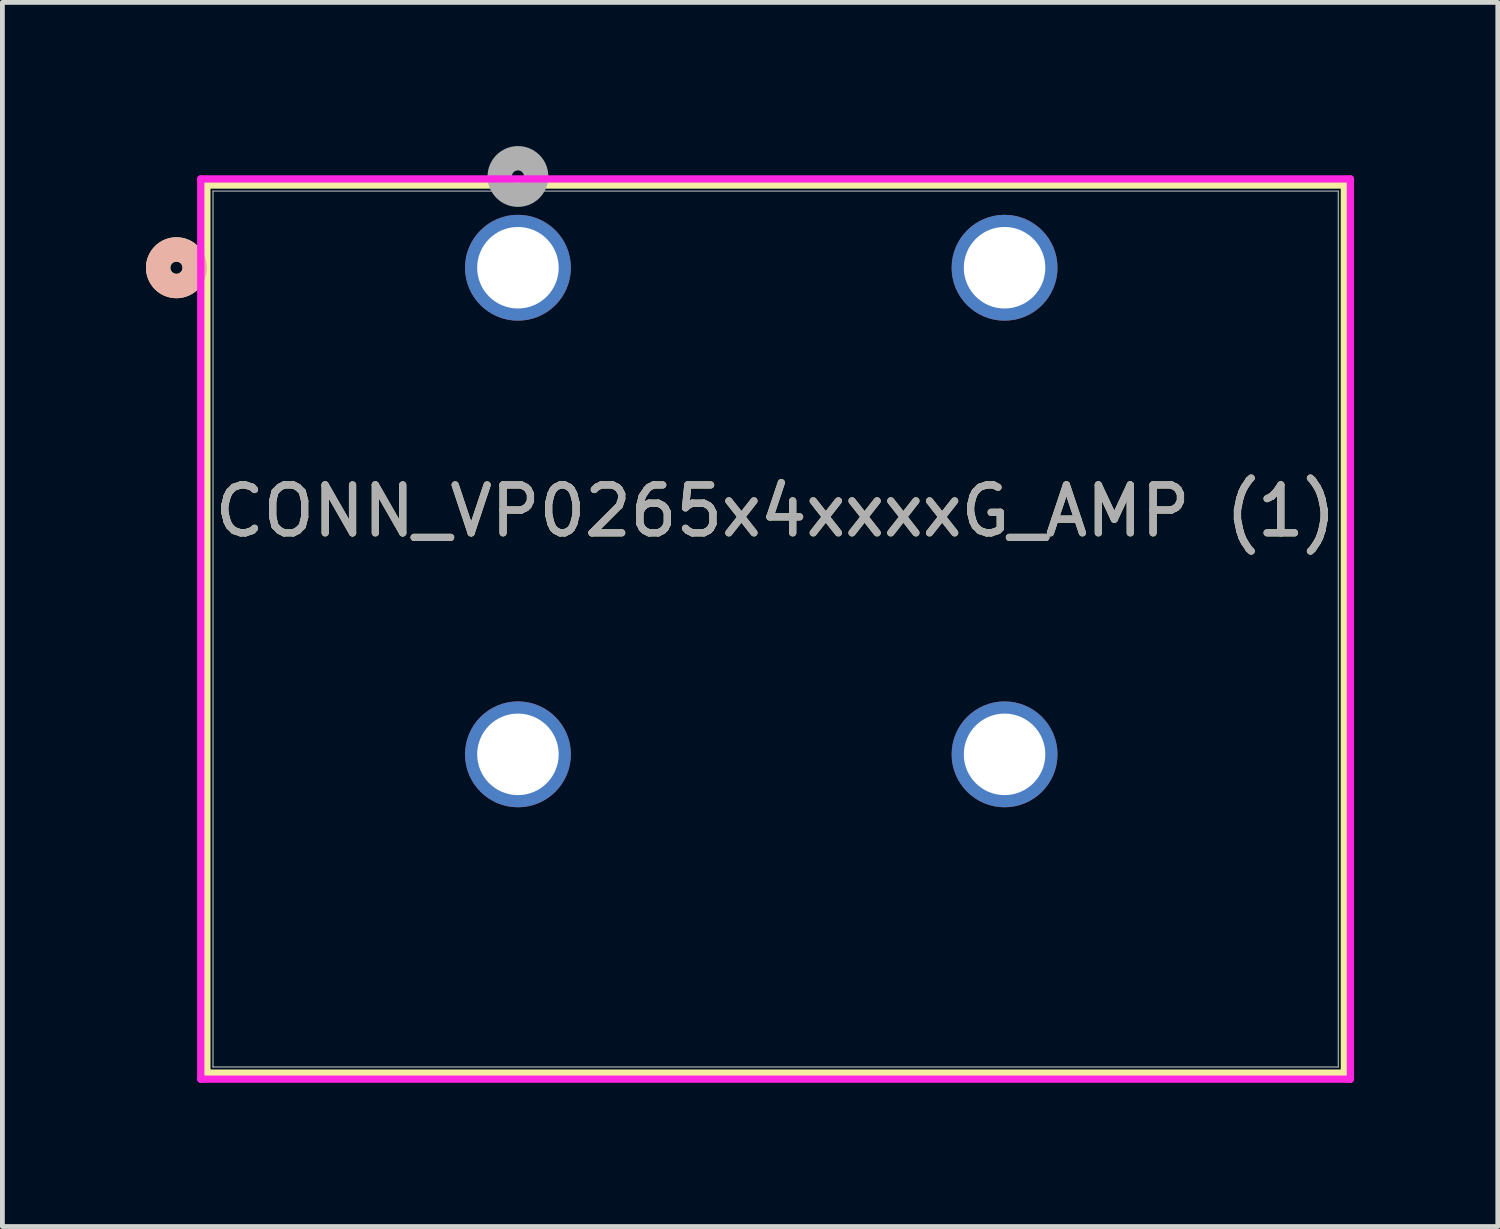
<source format=kicad_pcb>
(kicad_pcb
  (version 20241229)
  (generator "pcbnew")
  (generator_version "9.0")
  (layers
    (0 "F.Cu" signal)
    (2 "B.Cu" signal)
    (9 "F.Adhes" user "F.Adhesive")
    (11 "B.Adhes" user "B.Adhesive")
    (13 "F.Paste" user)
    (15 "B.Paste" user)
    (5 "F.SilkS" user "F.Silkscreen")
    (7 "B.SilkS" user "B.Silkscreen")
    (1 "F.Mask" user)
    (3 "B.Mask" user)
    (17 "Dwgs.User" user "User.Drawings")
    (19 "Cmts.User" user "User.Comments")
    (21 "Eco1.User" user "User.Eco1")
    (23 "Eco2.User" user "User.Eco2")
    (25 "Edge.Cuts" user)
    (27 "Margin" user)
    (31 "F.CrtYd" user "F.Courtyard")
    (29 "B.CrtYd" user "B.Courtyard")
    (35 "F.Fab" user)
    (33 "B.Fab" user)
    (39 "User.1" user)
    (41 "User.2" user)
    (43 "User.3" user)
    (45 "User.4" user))
  (footprint "CONN_VP0265x4xxxxG_AMP (1)"
    (layer "F.Cu")
    (at 7.764 2.54)
    (property "Reference" "CONN_VP0265x4xxxxG_AMP (1)" (at 5.38 5.08 0) (unlocked yes) (layer "F.SilkS") (effects (font (size 1 1) (thickness 0.15))))
    (attr through_hole)
    (fp_line (start -6.495 -1.727) (end -6.495 16.815) (stroke (width 0.152) (type solid)) (layer "F.SilkS"))
    (fp_line (start -6.495 16.815) (end 17.255 16.815) (stroke (width 0.152) (type solid)) (layer "F.SilkS"))
    (fp_line (start 17.255 -1.727) (end -6.495 -1.727) (stroke (width 0.152) (type solid)) (layer "F.SilkS"))
    (fp_line (start 17.255 16.815) (end 17.255 -1.727) (stroke (width 0.152) (type solid)) (layer "F.SilkS"))
    (fp_circle (center -7.13 0) (end -6.748 0) (stroke (width 0.508) (type solid)) (fill no) (layer "F.SilkS"))
    (fp_circle (center -7.13 0) (end -6.748 0) (stroke (width 0.508) (type solid)) (fill no) (layer "B.SilkS"))
    (fp_line (start -6.622 -1.854) (end -6.622 16.942) (stroke (width 0.152) (type solid)) (layer "F.CrtYd"))
    (fp_line (start -6.622 16.942) (end 17.381 16.942) (stroke (width 0.152) (type solid)) (layer "F.CrtYd"))
    (fp_line (start 17.381 -1.854) (end -6.622 -1.854) (stroke (width 0.152) (type solid)) (layer "F.CrtYd"))
    (fp_line (start 17.381 16.942) (end 17.381 -1.854) (stroke (width 0.152) (type solid)) (layer "F.CrtYd"))
    (fp_line (start -6.367 -1.6) (end -6.367 16.688) (stroke (width 0.025) (type solid)) (layer "F.Fab"))
    (fp_line (start -6.367 16.688) (end 17.128 16.688) (stroke (width 0.025) (type solid)) (layer "F.Fab"))
    (fp_line (start 17.128 -1.6) (end -6.367 -1.6) (stroke (width 0.025) (type solid)) (layer "F.Fab"))
    (fp_line (start 17.128 16.688) (end 17.128 -1.6) (stroke (width 0.025) (type solid)) (layer "F.Fab"))
    (fp_circle (center 0 -1.905) (end 0.381 -1.905) (stroke (width 0.508) (type solid)) (fill no) (layer "F.Fab"))
    (fp_text user "${REFERENCE}" (at 5.38 5.08 0) (unlocked yes) (layer "F.Fab") (effects (font (size 1 1) (thickness 0.15))))
    (pad "1" thru_hole circle (at 0 0) (size 2.21 2.21) (drill 1.702) (layers "*.Cu" "*.Mask"))
    (pad "2" thru_hole circle (at 0 10.16) (size 2.21 2.21) (drill 1.702) (layers "*.Cu" "*.Mask"))
    (pad "3" thru_hole circle (at 10.16 0) (size 2.21 2.21) (drill 1.702) (layers "*.Cu" "*.Mask"))
    (pad "4" thru_hole circle (at 10.16 10.16) (size 2.21 2.21) (drill 1.702) (layers "*.Cu" "*.Mask")))
  (gr_rect
    (start -3 -3)
    (end 28.222 22.558)
    (stroke (width 0.1) (type default))
    (fill no)
    (layer "Edge.Cuts")))
</source>
